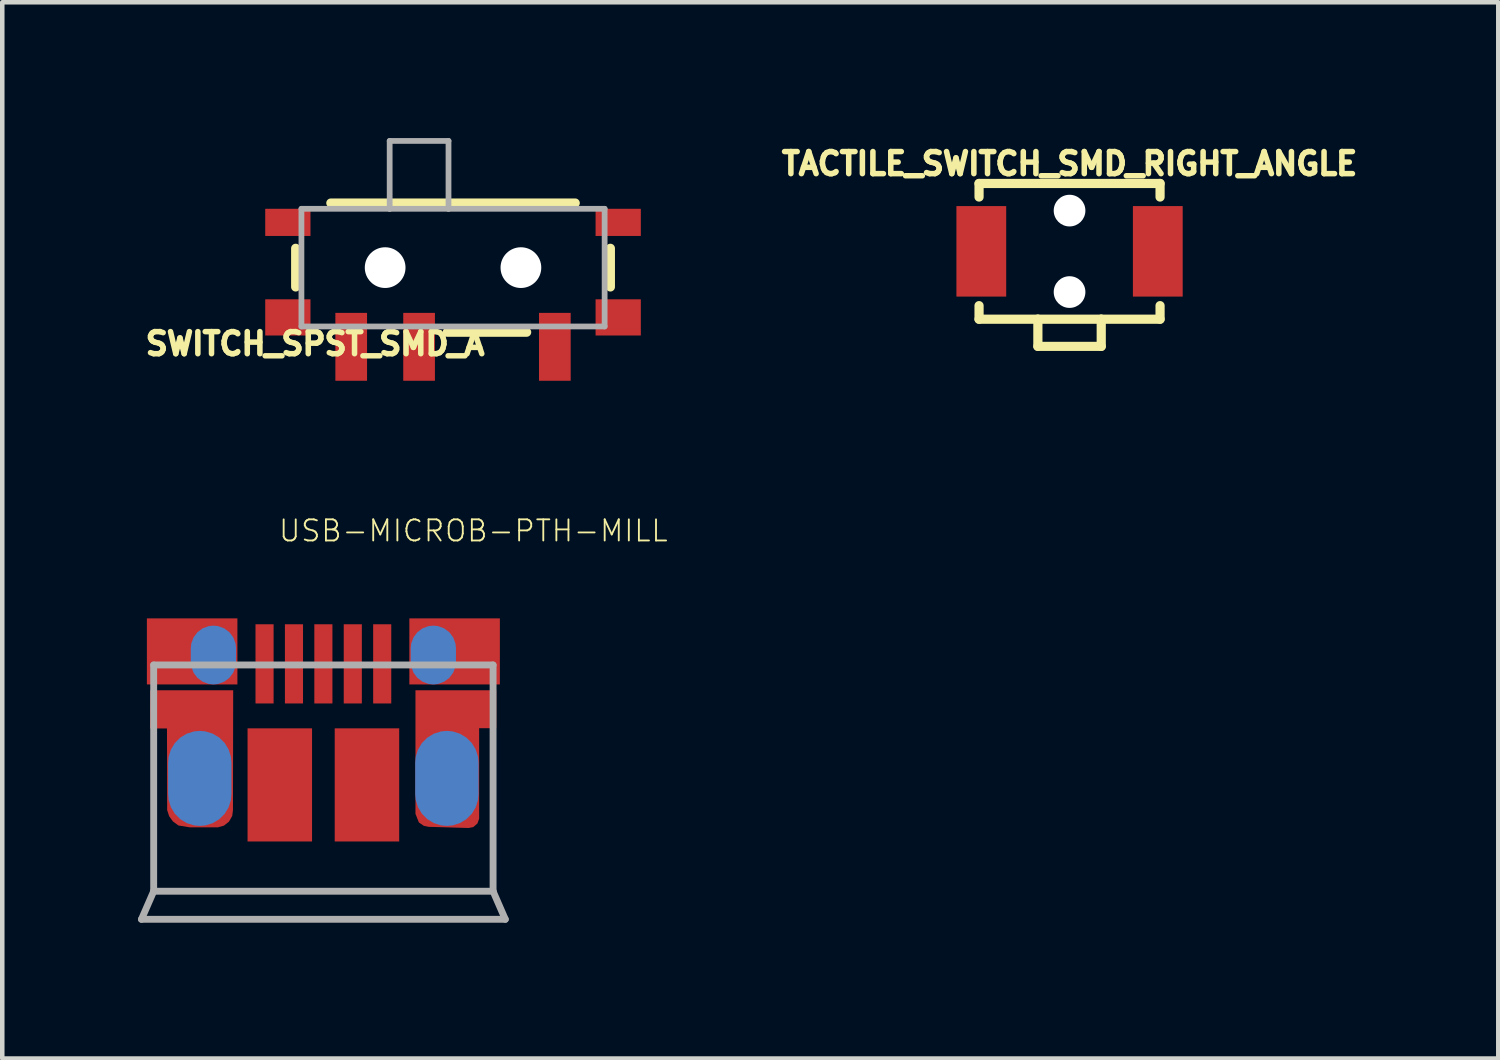
<source format=kicad_pcb>
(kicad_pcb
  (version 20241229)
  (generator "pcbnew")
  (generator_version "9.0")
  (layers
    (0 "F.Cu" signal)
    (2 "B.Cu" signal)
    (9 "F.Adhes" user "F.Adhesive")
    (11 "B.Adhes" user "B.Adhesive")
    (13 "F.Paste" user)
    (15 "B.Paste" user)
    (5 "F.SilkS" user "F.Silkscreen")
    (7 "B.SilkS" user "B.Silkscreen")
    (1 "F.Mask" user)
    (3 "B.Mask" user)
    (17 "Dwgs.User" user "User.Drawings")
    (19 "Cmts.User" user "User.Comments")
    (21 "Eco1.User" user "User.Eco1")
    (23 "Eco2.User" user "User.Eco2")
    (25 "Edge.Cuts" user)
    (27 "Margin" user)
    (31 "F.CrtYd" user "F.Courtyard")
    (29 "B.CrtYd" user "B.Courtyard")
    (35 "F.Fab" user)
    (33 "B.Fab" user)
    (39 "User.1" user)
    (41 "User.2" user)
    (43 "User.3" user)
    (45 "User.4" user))
  (footprint "SWITCH_SPST_SMD_A"
    (layer "F.Cu")
    (at 6.961 2.864)
    (property "Reference" "SWITCH_SPST_SMD_A" (at 0.762 1.397 0) (layer "F.SilkS") (effects (font (size 0.488 0.488) (thickness 0.122)) (justify right top)))
    (fp_line (start -3.477 -0.427) (end -3.477 0.427) (stroke (width 0.203) (type solid)) (layer "F.SilkS"))
    (fp_line (start 1.627 1.427) (end -0.127 1.427) (stroke (width 0.203) (type solid)) (layer "F.SilkS"))
    (fp_line (start 2.7 -1.427) (end -2.7 -1.427) (stroke (width 0.203) (type solid)) (layer "F.SilkS"))
    (fp_line (start 3.477 -0.427) (end 3.477 0.427) (stroke (width 0.203) (type solid)) (layer "F.SilkS"))
    (fp_line (start -3.35 -1.3) (end -3.35 1.3) (stroke (width 0.127) (type solid)) (layer "F.Fab"))
    (fp_line (start -3.35 1.3) (end 3.35 1.3) (stroke (width 0.127) (type solid)) (layer "F.Fab"))
    (fp_line (start -1.4 -2.8) (end -1.4 -1.3) (stroke (width 0.127) (type solid)) (layer "F.Fab"))
    (fp_line (start -1.4 -1.3) (end -3.35 -1.3) (stroke (width 0.127) (type solid)) (layer "F.Fab"))
    (fp_line (start -0.1 -2.8) (end -1.4 -2.8) (stroke (width 0.127) (type solid)) (layer "F.Fab"))
    (fp_line (start -0.1 -1.3) (end -1.4 -1.3) (stroke (width 0.127) (type solid)) (layer "F.Fab"))
    (fp_line (start -0.1 -1.3) (end -0.1 -2.8) (stroke (width 0.127) (type solid)) (layer "F.Fab"))
    (fp_line (start 3.35 -1.3) (end -0.1 -1.3) (stroke (width 0.127) (type solid)) (layer "F.Fab"))
    (fp_line (start 3.35 1.3) (end 3.35 -1.3) (stroke (width 0.127) (type solid)) (layer "F.Fab"))
    (pad "" np_thru_hole circle (at -1.5 0) (size 0.9 0.9) (drill 0.9) (layers "*.Cu" "*.Mask"))
    (pad "" np_thru_hole circle (at 1.5 0) (size 0.9 0.9) (drill 0.9) (layers "*.Cu" "*.Mask"))
    (pad "1" smd rect (at -2.25 1.75 180) (size 0.7 1.5) (layers "F.Cu" "F.Mask" "F.Paste"))
    (pad "2" smd rect (at -0.75 1.75 180) (size 0.7 1.5) (layers "F.Cu" "F.Mask" "F.Paste"))
    (pad "3" smd rect (at 2.25 1.75 180) (size 0.7 1.5) (layers "F.Cu" "F.Mask" "F.Paste"))
    (pad "GND1" smd rect (at -3.65 -1) (size 1 0.6) (layers "F.Cu" "F.Mask" "F.Paste"))
    (pad "GND2" smd rect (at -3.65 1.1) (size 1 0.8) (layers "F.Cu" "F.Mask" "F.Paste"))
    (pad "GND3" smd rect (at 3.65 -1) (size 1 0.6) (layers "F.Cu" "F.Mask" "F.Paste"))
    (pad "GND4" smd rect (at 3.65 1.1) (size 1 0.8) (layers "F.Cu" "F.Mask" "F.Paste")))
  (footprint "USB-MICROB-PTH-MILL"
    (layer "F.Cu")
    (at 4.096 11.62)
    (property "Reference" "USB-MICROB-PTH-MILL" (at -1.016 -2.667 0) (layer "F.SilkS") (effects (font (size 0.467 0.467) (thickness 0.041)) (justify left bottom)))
    (fp_poly (pts (xy 3.82 1.422) (xy 3.442 1.422) (xy 3.442 3.422) (xy 3.404 3.528) (xy 3.312 3.607) (xy 3.208 3.627) (xy 2.323 3.601) (xy 2.217 3.578) (xy 2.11 3.504) (xy 2.035 3.314) (xy 2.035 0.583) (xy 3.82 0.583)) (stroke (width 0) (type default)) (fill yes) (layer "F.Cu"))
    (fp_poly (pts (xy -1.998 3.231) (xy -2.014 3.36) (xy -2.085 3.486) (xy -2.198 3.575) (xy -2.331 3.612) (xy -2.953 3.612) (xy -3.201 3.572) (xy -3.324 3.483) (xy -3.408 3.367) (xy -3.452 3.231) (xy -3.456 1.427) (xy -3.832 1.427) (xy -3.826 0.583) (xy -1.993 0.583)) (stroke (width 0) (type default)) (fill yes) (layer "F.Cu"))
    (fp_poly (pts (xy 3.851 1.476) (xy 3.551 1.476) (xy 3.551 3.333) (xy 3.514 3.453) (xy 3.441 3.557) (xy 3.336 3.636) (xy 3.104 3.676) (xy 2.295 3.676) (xy 2.165 3.65) (xy 2.047 3.571) (xy 1.949 3.335) (xy 1.949 0.574) (xy 3.851 0.574)) (stroke (width 0) (type default)) (fill yes) (layer "F.Mask"))
    (fp_poly (pts (xy -1.949 3.225) (xy -1.951 3.344) (xy -1.992 3.464) (xy -2.071 3.569) (xy -2.288 3.676) (xy -3.004 3.676) (xy -3.14 3.654) (xy -3.265 3.59) (xy -3.368 3.487) (xy -3.451 3.233) (xy -3.451 1.476) (xy -3.851 1.476) (xy -3.851 0.574) (xy -1.949 0.574)) (stroke (width 0) (type default)) (fill yes) (layer "F.Mask"))
    (fp_poly (pts (xy -1.15 0.831) (xy -1.45 0.831) (xy -1.45 -0.844) (xy -1.15 -0.844)) (stroke (width 0) (type default)) (fill yes) (layer "F.Paste"))
    (fp_poly (pts (xy -0.5 0.831) (xy -0.8 0.831) (xy -0.8 -0.844) (xy -0.5 -0.844)) (stroke (width 0) (type default)) (fill yes) (layer "F.Paste"))
    (fp_poly (pts (xy 0.15 0.831) (xy -0.15 0.831) (xy -0.15 -0.844) (xy 0.15 -0.844)) (stroke (width 0) (type default)) (fill yes) (layer "F.Paste"))
    (fp_poly (pts (xy 0.8 0.831) (xy 0.5 0.831) (xy 0.5 -0.844) (xy 0.8 -0.844)) (stroke (width 0) (type default)) (fill yes) (layer "F.Paste"))
    (fp_poly (pts (xy 1.45 0.831) (xy 1.15 0.831) (xy 1.15 -0.844) (xy 1.45 -0.844)) (stroke (width 0) (type default)) (fill yes) (layer "F.Paste"))
    (fp_poly (pts (xy -1.945 3.194) (xy -1.963 3.308) (xy -2.017 3.415) (xy -2.104 3.502) (xy -2.318 3.571) (xy -3.067 3.571) (xy -3.199 3.545) (xy -3.319 3.465) (xy -3.418 3.226) (xy -3.418 1.488) (xy -3.926 1.488) (xy -3.926 0.599) (xy -1.945 0.599)) (stroke (width 0) (type default)) (fill yes) (layer "F.Paste"))
    (fp_poly (pts (xy 3.913 1.488) (xy 3.405 1.488) (xy 3.405 3.226) (xy 3.306 3.465) (xy 3.186 3.545) (xy 3.055 3.571) (xy 2.305 3.571) (xy 2.092 3.502) (xy 2.004 3.415) (xy 1.95 3.308) (xy 1.932 3.194) (xy 1.932 0.599) (xy 3.913 0.599)) (stroke (width 0) (type default)) (fill yes) (layer "F.Paste"))
    (fp_line (start -4.02 5.645) (end -3.75 5.025) (stroke (width 0.152) (type solid)) (layer "F.Fab"))
    (fp_line (start -3.75 0.025) (end -3.75 5.025) (stroke (width 0.152) (type solid)) (layer "F.Fab"))
    (fp_line (start -3.75 5.025) (end 3.75 5.025) (stroke (width 0.152) (type solid)) (layer "F.Fab"))
    (fp_line (start 3.75 0.025) (end -3.75 0.025) (stroke (width 0.152) (type solid)) (layer "F.Fab"))
    (fp_line (start 3.75 5.025) (end 3.75 0.025) (stroke (width 0.152) (type solid)) (layer "F.Fab"))
    (fp_line (start 4.02 5.645) (end -4.02 5.645) (stroke (width 0.152) (type solid)) (layer "F.Fab"))
    (fp_line (start 4.02 5.645) (end 3.75 5.025) (stroke (width 0.152) (type solid)) (layer "F.Fab"))
    (pad "D+" smd rect (at 0 0 90) (size 1.75 0.4) (layers "F.Cu" "F.Mask"))
    (pad "D-" smd rect (at -0.65 0 90) (size 1.75 0.4) (layers "F.Cu" "F.Mask"))
    (pad "GND" smd rect (at 1.3 0 90) (size 1.75 0.4) (layers "F.Cu" "F.Mask"))
    (pad "ID" smd rect (at 0.65 0 90) (size 1.75 0.4) (layers "F.Cu" "F.Mask"))
    (pad "SHIELD" smd rect (at -2.9 -0.275 90) (size 1.46 2) (layers "F.Cu" "F.Mask" "F.Paste"))
    (pad "SHIELD2" smd rect (at 2.9 -0.275 90) (size 1.46 2) (layers "F.Cu" "F.Mask" "F.Paste"))
    (pad "SHIELD3" smd rect (at -0.963 2.675 90) (size 2.5 1.425) (layers "F.Cu" "F.Mask" "F.Paste"))
    (pad "SHIELD4" smd rect (at 0.963 2.675 90) (size 2.5 1.425) (layers "F.Cu" "F.Mask" "F.Paste"))
    (pad "SHIELD5" smd roundrect (at -2.731 2.531 90) (size 2.1 1.4) (layers "B.Cu") (roundrect_rratio 0.5))
    (pad "SHIELD6" smd roundrect (at 2.7 2.575 90) (size 1 1) (layers "F.Cu") (roundrect_rratio 0.5))
    (pad "SHIELD7" smd roundrect (at 2.729 2.531 90) (size 2.1 1.4) (layers "B.Cu") (roundrect_rratio 0.5))
    (pad "SHIELD8" smd roundrect (at -2.731 2.731 90) (size 1.5 1.1) (layers "F.Cu") (roundrect_rratio 0.5))
    (pad "SHIELD9" smd roundrect (at -2.43 -0.195 90) (size 1.3 1) (layers "B.Cu") (roundrect_rratio 0.5))
    (pad "SHIELD10" smd roundrect (at 2.43 -0.195 90) (size 1.3 1) (layers "B.Cu") (roundrect_rratio 0.5))
    (pad "VBUS" smd rect (at -1.3 0 90) (size 1.75 0.4) (layers "F.Cu" "F.Mask")))
  (footprint "TACTILE_SWITCH_SMD_RIGHT_ANGLE"
    (layer "F.Cu")
    (at 20.585 2.504)
    (property "Reference" "TACTILE_SWITCH_SMD_RIGHT_ANGLE" (at 0 -1.651 0) (layer "F.SilkS") (effects (font (size 0.488 0.488) (thickness 0.122)) (justify bottom)))
    (fp_line (start -2 -1.5) (end 2 -1.5) (stroke (width 0.203) (type solid)) (layer "F.SilkS"))
    (fp_line (start -2 -1.2) (end -2 -1.5) (stroke (width 0.203) (type solid)) (layer "F.SilkS"))
    (fp_line (start -2 1.2) (end -2 1.5) (stroke (width 0.203) (type solid)) (layer "F.SilkS"))
    (fp_line (start -2 1.5) (end -0.7 1.5) (stroke (width 0.203) (type solid)) (layer "F.SilkS"))
    (fp_line (start -0.7 1.5) (end 0.7 1.5) (stroke (width 0.203) (type solid)) (layer "F.SilkS"))
    (fp_line (start -0.7 2.1) (end -0.7 1.5) (stroke (width 0.203) (type solid)) (layer "F.SilkS"))
    (fp_line (start -0.7 2.1) (end 0.7 2.1) (stroke (width 0.203) (type solid)) (layer "F.SilkS"))
    (fp_line (start 0.7 1.5) (end 2 1.5) (stroke (width 0.203) (type solid)) (layer "F.SilkS"))
    (fp_line (start 0.7 2.1) (end 0.7 1.5) (stroke (width 0.203) (type solid)) (layer "F.SilkS"))
    (fp_line (start 2 -1.5) (end 2 -1.2) (stroke (width 0.203) (type solid)) (layer "F.SilkS"))
    (fp_line (start 2 1.5) (end 2 1.2) (stroke (width 0.203) (type solid)) (layer "F.SilkS"))
    (pad "" np_thru_hole circle (at 0 -0.9) (size 0.7 0.7) (drill 0.7) (layers "*.Cu" "*.Mask"))
    (pad "" np_thru_hole circle (at 0 0.9) (size 0.7 0.7) (drill 0.7) (layers "*.Cu" "*.Mask"))
    (pad "1" smd rect (at -1.95 0 90) (size 2 1.1) (layers "F.Cu" "F.Mask" "F.Paste"))
    (pad "2" smd rect (at 1.95 0 90) (size 2 1.1) (layers "F.Cu" "F.Mask" "F.Paste")))
  (gr_rect
    (start -3 -3)
    (end 30.059 20.341)
    (stroke (width 0.1) (type default))
    (fill no)
    (layer "Edge.Cuts")))
</source>
